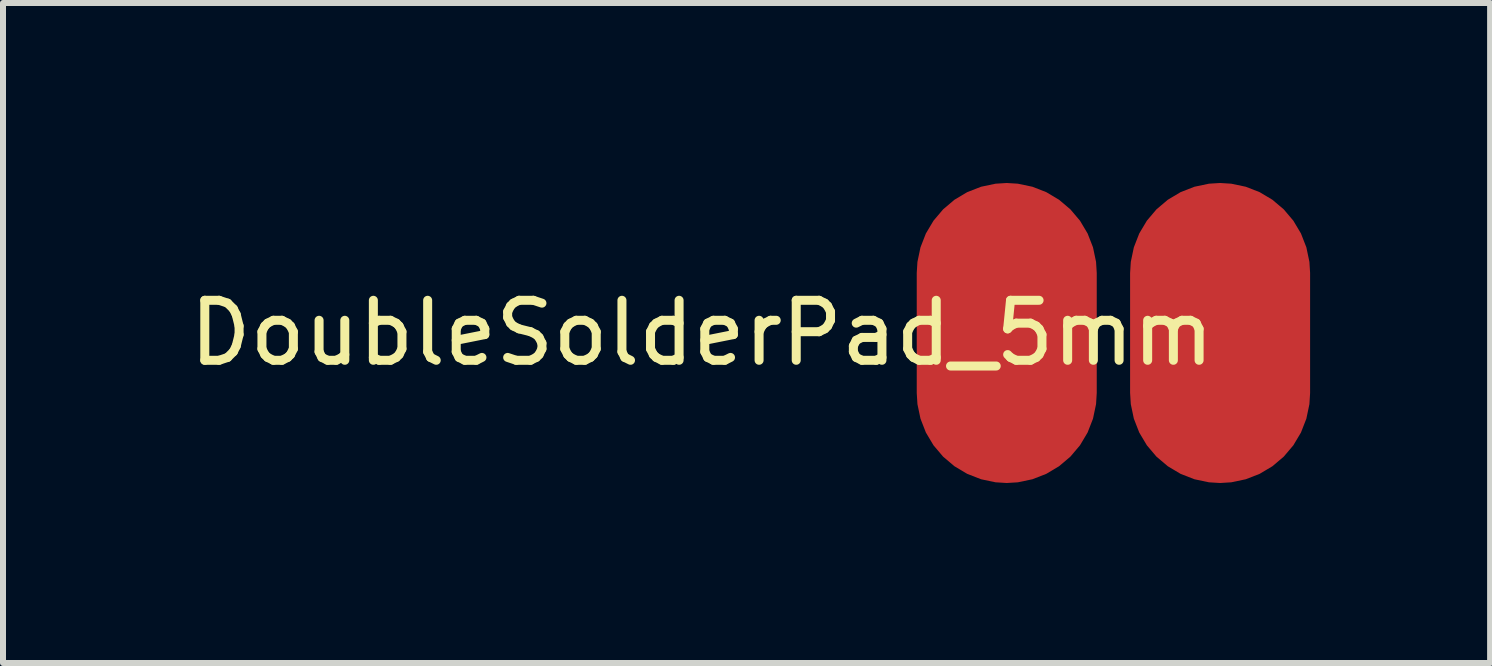
<source format=kicad_pcb>
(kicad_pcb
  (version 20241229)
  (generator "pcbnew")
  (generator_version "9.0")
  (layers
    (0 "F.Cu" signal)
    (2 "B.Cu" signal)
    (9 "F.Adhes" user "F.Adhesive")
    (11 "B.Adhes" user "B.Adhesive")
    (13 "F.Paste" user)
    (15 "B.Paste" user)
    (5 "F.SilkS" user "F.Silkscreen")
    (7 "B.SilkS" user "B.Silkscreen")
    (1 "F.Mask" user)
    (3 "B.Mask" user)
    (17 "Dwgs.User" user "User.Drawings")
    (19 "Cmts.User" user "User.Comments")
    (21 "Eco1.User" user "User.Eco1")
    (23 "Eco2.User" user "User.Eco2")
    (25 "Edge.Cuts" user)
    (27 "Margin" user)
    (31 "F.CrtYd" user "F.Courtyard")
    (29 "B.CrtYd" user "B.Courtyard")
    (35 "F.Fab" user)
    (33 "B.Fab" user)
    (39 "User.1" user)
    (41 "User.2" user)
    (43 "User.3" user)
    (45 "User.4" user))
  (footprint "DoubleSolderPad_5mm"
    (layer "F.Cu")
    (at 13.729 2.5)
    (property "Reference" "DoubleSolderPad_5mm" (at -5.08 0 0) (layer "F.SilkS") (effects (font (size 1 1) (thickness 0.15))))
    (attr through_hole)
    (pad "1" smd roundrect (at 0 0) (size 3 5) (layers "F.Cu" "F.Mask" "F.Paste") (roundrect_rratio 0.5))
    (pad "2" smd roundrect (at 3.556 0) (size 3 5) (layers "F.Cu" "F.Mask" "F.Paste") (roundrect_rratio 0.5)))
  (gr_rect
    (start -3 -3)
    (end 21.785 8)
    (stroke (width 0.1) (type default))
    (fill no)
    (layer "Edge.Cuts")))
</source>
